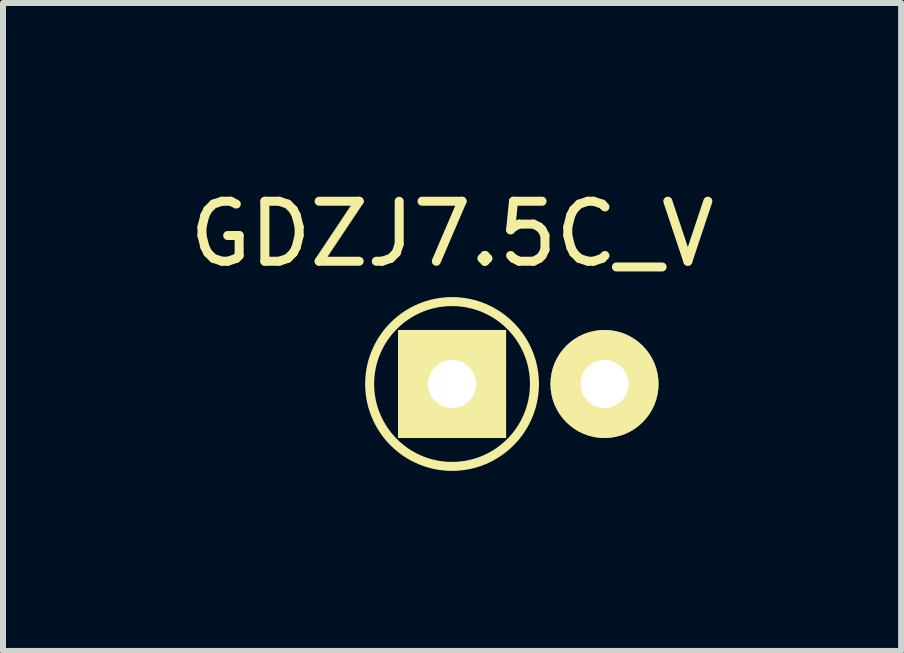
<source format=kicad_pcb>
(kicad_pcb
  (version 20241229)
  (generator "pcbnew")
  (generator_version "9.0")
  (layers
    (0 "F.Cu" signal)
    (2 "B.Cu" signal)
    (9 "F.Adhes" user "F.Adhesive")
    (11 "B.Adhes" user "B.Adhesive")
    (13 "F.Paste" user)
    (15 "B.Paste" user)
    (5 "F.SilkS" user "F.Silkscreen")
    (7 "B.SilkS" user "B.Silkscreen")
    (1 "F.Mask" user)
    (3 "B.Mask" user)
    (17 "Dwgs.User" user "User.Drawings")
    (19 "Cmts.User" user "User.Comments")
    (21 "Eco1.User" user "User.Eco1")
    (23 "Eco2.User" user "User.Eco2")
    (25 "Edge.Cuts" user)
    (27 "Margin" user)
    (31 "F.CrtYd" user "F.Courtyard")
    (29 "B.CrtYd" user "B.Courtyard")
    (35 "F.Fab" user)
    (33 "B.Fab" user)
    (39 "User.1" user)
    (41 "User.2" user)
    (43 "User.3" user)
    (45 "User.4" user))
  (footprint "GDZJ7.5C_V"
    (layer "F.Cu")
    (at 4.482 3.348)
    (property "Reference" "GDZJ7.5C_V" (at 0 -2.5 0) (layer "F.SilkS") (effects (font (size 1 1) (thickness 0.15))))
    (attr through_hole)
    (fp_circle (center 0 0) (end 0 -1.373) (stroke (width 0.15) (type solid)) (fill no) (layer "F.SilkS"))
    (pad "1" thru_hole rect (at 0 0) (size 1.8 1.8) (drill 0.8) (layers "*.Cu" "*.Mask" "F.SilkS"))
    (pad "2" thru_hole circle (at 2.54 0) (size 1.8 1.8) (drill 0.8) (layers "*.Cu" "*.Mask" "F.SilkS")))
  (gr_rect
    (start -3 -3)
    (end 11.964 7.796)
    (stroke (width 0.1) (type default))
    (fill no)
    (layer "Edge.Cuts")))
</source>
